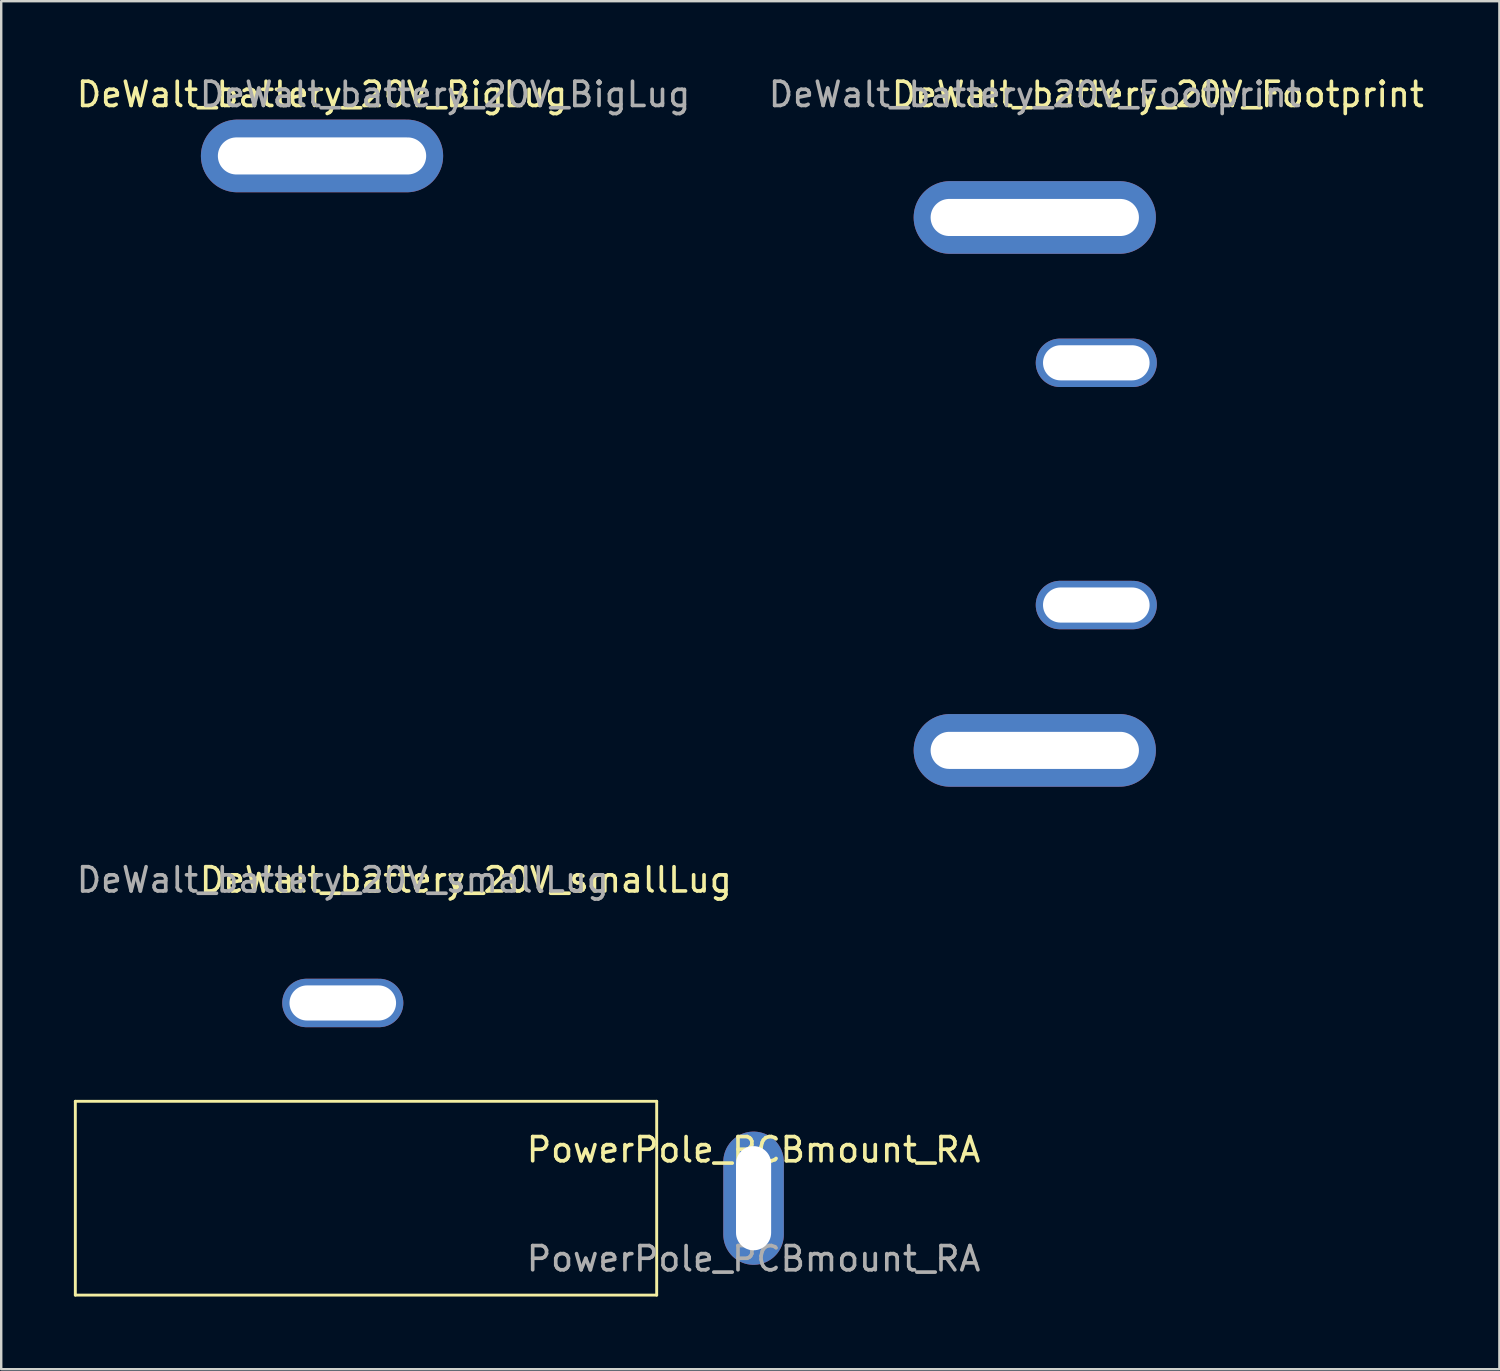
<source format=kicad_pcb>
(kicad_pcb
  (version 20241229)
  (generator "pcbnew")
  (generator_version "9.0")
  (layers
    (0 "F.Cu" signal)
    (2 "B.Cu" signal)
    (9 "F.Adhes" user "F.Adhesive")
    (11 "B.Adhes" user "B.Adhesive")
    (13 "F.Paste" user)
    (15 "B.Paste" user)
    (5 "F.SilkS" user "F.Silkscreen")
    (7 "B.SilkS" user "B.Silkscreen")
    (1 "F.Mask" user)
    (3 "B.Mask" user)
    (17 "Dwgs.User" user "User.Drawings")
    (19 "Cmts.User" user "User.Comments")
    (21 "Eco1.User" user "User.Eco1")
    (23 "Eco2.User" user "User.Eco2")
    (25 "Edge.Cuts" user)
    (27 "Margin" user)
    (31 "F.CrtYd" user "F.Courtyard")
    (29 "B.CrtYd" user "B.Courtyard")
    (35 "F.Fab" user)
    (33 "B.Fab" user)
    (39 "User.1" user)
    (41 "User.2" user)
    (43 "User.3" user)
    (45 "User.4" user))
  (footprint "PowerPole_PCBmount_RA"
    (layer "F.Cu")
    (at 28.06 46.416)
    (property "Reference" "PowerPole_PCBmount_RA" (at 0 -2 0) (unlocked yes) (layer "F.SilkS") (effects (font (size 1 1) (thickness 0.15))))
    (attr through_hole)
    (fp_line (start -28 -4) (end -4 -4) (stroke (width 0.12) (type solid)) (layer "F.SilkS"))
    (fp_line (start -28 4) (end -28 -4) (stroke (width 0.12) (type solid)) (layer "F.SilkS"))
    (fp_line (start -4 -4) (end -4 4) (stroke (width 0.12) (type solid)) (layer "F.SilkS"))
    (fp_line (start -4 4) (end -28 4) (stroke (width 0.12) (type solid)) (layer "F.SilkS"))
    (fp_text user "${REFERENCE}" (at 0 2.5 0) (unlocked yes) (layer "F.Fab") (effects (font (size 1 1) (thickness 0.15))))
    (pad "1" thru_hole oval (at 0 0) (size 2.5 5.5) (drill oval 1.45 4.3) (layers "*.Cu" "*.Mask")))
  (footprint "DeWalt_battery_20V_smallLug"
    (layer "F.Cu")
    (at 11.101 38.356)
    (property "Reference" "DeWalt_battery_20V_smallLug" (at 5.08 -5.08 0) (unlocked yes) (layer "F.SilkS") (effects (font (size 1 1) (thickness 0.15))))
    (attr through_hole)
    (fp_text user "${REFERENCE}" (at 0 -5.08 0) (unlocked yes) (layer "F.Fab") (effects (font (size 1 1) (thickness 0.15))))
    (pad "1" thru_hole oval (at 0 0) (size 5 2) (drill oval 4.4 1.45) (layers "*.Cu" "*.Mask")))
  (footprint "DeWalt_battery_20V_BigLug"
    (layer "F.Cu")
    (at 10.244 3.388)
    (property "Reference" "DeWalt_battery_20V_BigLug" (at 0 -2.54 0) (unlocked yes) (layer "F.SilkS") (effects (font (size 1 1) (thickness 0.15))))
    (attr through_hole)
    (fp_text user "${REFERENCE}" (at 5.08 -2.54 0) (unlocked yes) (layer "F.Fab") (effects (font (size 1 1) (thickness 0.15))))
    (pad "1" thru_hole oval (at 0 0) (size 10 3) (drill oval 8.6 1.53) (layers "*.Cu" "*.Mask")))
  (footprint "DeWalt_battery_20V_Footprint"
    (layer "F.Cu")
    (at 39.669 5.928)
    (property "Reference" "DeWalt_battery_20V_Footprint" (at 5.08 -5.08 0) (unlocked yes) (layer "F.SilkS") (effects (font (size 1 1) (thickness 0.15))))
    (attr through_hole)
    (fp_text user "${REFERENCE}" (at 0 -5.08 0) (unlocked yes) (layer "F.Fab") (effects (font (size 1 1) (thickness 0.15))))
    (pad "1" thru_hole oval (at 0 0) (size 10 3) (drill oval 8.6 1.53) (layers "*.Cu" "*.Mask"))
    (pad "2" thru_hole oval (at 2.54 6) (size 5 2) (drill oval 4.4 1.45) (layers "*.Cu" "*.Mask"))
    (pad "3" thru_hole oval (at 2.54 16) (size 5 2) (drill oval 4.4 1.45) (layers "*.Cu" "*.Mask"))
    (pad "4" thru_hole oval (at 0 22) (size 10 3) (drill oval 8.6 1.53) (layers "*.Cu" "*.Mask")))
  (gr_rect
    (start -3 -3)
    (end 58.85 53.477)
    (stroke (width 0.1) (type default))
    (fill no)
    (layer "Edge.Cuts")))
</source>
